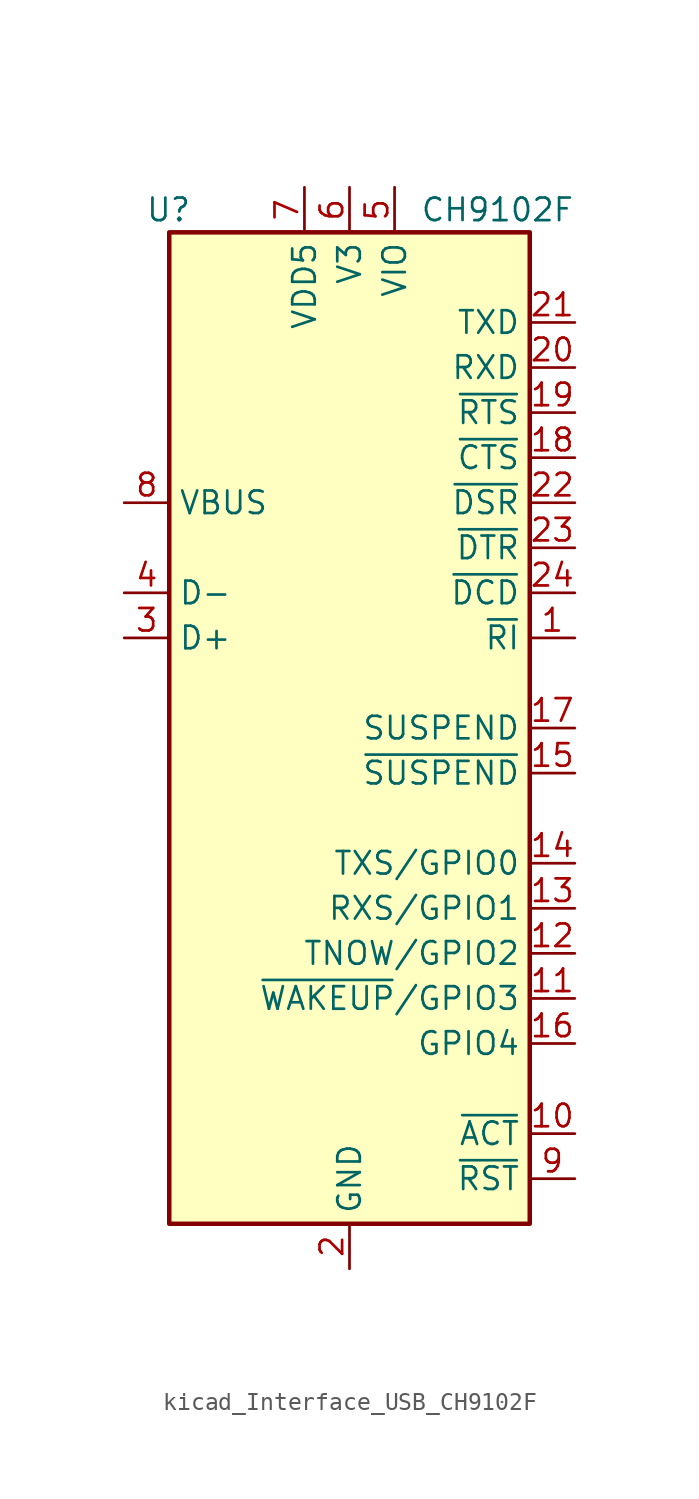
<source format=kicad_sym>
(kicad_symbol_lib
  (version 20220914)
  (generator kicad_symbol_editor)
  (symbol "kicad_Interface_USB_CH9102F"
    (property "Reference" "U"
      (at -8.89 29.21 0)
      (effects (font (size 1.27 1.27)) (justify right)))
    (property "Value" "CH9102F"
      (at 12.7 29.21 0)
      (effects (font (size 1.27 1.27)) (justify right)))
    (symbol "kicad_Interface_USB_CH9102F_1_1"
      (rectangle (start -10.16 27.94) (end 10.16 -27.94) (stroke (width 0.254) (type default)) (fill (type background)))
      (pin input line (at 12.7 5.08 180) (length 2.54) (name "~{RI}" (effects (font (size 1.27 1.27)))) (number "1" (effects (font (size 1.27 1.27)))))
      (pin output line (at 12.7 -22.86 180) (length 2.54) (name "~{ACT}" (effects (font (size 1.27 1.27)))) (number "10" (effects (font (size 1.27 1.27)))))
      (pin bidirectional line (at 12.7 -15.24 180) (length 2.54) (name "~{WAKEUP}/GPIO3" (effects (font (size 1.27 1.27)))) (number "11" (effects (font (size 1.27 1.27)))))
      (pin bidirectional line (at 12.7 -12.7 180) (length 2.54) (name "TNOW/GPIO2" (effects (font (size 1.27 1.27)))) (number "12" (effects (font (size 1.27 1.27)))))
      (pin bidirectional line (at 12.7 -10.16 180) (length 2.54) (name "RXS/GPIO1" (effects (font (size 1.27 1.27)))) (number "13" (effects (font (size 1.27 1.27)))))
      (pin bidirectional line (at 12.7 -7.62 180) (length 2.54) (name "TXS/GPIO0" (effects (font (size 1.27 1.27)))) (number "14" (effects (font (size 1.27 1.27)))))
      (pin output line (at 12.7 -2.54 180) (length 2.54) (name "~{SUSPEND}" (effects (font (size 1.27 1.27)))) (number "15" (effects (font (size 1.27 1.27)))))
      (pin bidirectional line (at 12.7 -17.78 180) (length 2.54) (name "GPIO4" (effects (font (size 1.27 1.27)))) (number "16" (effects (font (size 1.27 1.27)))))
      (pin output line (at 12.7 0 180) (length 2.54) (name "SUSPEND" (effects (font (size 1.27 1.27)))) (number "17" (effects (font (size 1.27 1.27)))))
      (pin input line (at 12.7 15.24 180) (length 2.54) (name "~{CTS}" (effects (font (size 1.27 1.27)))) (number "18" (effects (font (size 1.27 1.27)))))
      (pin output line (at 12.7 17.78 180) (length 2.54) (name "~{RTS}" (effects (font (size 1.27 1.27)))) (number "19" (effects (font (size 1.27 1.27)))))
      (pin power_in line (at 0 -30.48 90) (length 2.54) (name "GND" (effects (font (size 1.27 1.27)))) (number "2" (effects (font (size 1.27 1.27)))))
      (pin input line (at 12.7 20.32 180) (length 2.54) (name "RXD" (effects (font (size 1.27 1.27)))) (number "20" (effects (font (size 1.27 1.27)))))
      (pin output line (at 12.7 22.86 180) (length 2.54) (name "TXD" (effects (font (size 1.27 1.27)))) (number "21" (effects (font (size 1.27 1.27)))))
      (pin input line (at 12.7 12.7 180) (length 2.54) (name "~{DSR}" (effects (font (size 1.27 1.27)))) (number "22" (effects (font (size 1.27 1.27)))))
      (pin output line (at 12.7 10.16 180) (length 2.54) (name "~{DTR}" (effects (font (size 1.27 1.27)))) (number "23" (effects (font (size 1.27 1.27)))))
      (pin input line (at 12.7 7.62 180) (length 2.54) (name "~{DCD}" (effects (font (size 1.27 1.27)))) (number "24" (effects (font (size 1.27 1.27)))))
      (pin passive line (at 0 -30.48 90) (length 2.54) hide (name "GND" (effects (font (size 1.27 1.27)))) (number "25" (effects (font (size 1.27 1.27)))))
      (pin bidirectional line (at -12.7 5.08 0) (length 2.54) (name "D+" (effects (font (size 1.27 1.27)))) (number "3" (effects (font (size 1.27 1.27)))))
      (pin bidirectional line (at -12.7 7.62 0) (length 2.54) (name "D-" (effects (font (size 1.27 1.27)))) (number "4" (effects (font (size 1.27 1.27)))))
      (pin power_in line (at 2.54 30.48 270) (length 2.54) (name "VIO" (effects (font (size 1.27 1.27)))) (number "5" (effects (font (size 1.27 1.27)))))
      (pin power_out line (at 0 30.48 270) (length 2.54) (name "V3" (effects (font (size 1.27 1.27)))) (number "6" (effects (font (size 1.27 1.27)))))
      (pin power_in line (at -2.54 30.48 270) (length 2.54) (name "VDD5" (effects (font (size 1.27 1.27)))) (number "7" (effects (font (size 1.27 1.27)))))
      (pin input line (at -12.7 12.7 0) (length 2.54) (name "VBUS" (effects (font (size 1.27 1.27)))) (number "8" (effects (font (size 1.27 1.27)))))
      (pin input line (at 12.7 -25.4 180) (length 2.54) (name "~{RST}" (effects (font (size 1.27 1.27)))) (number "9" (effects (font (size 1.27 1.27))))))))
</source>
